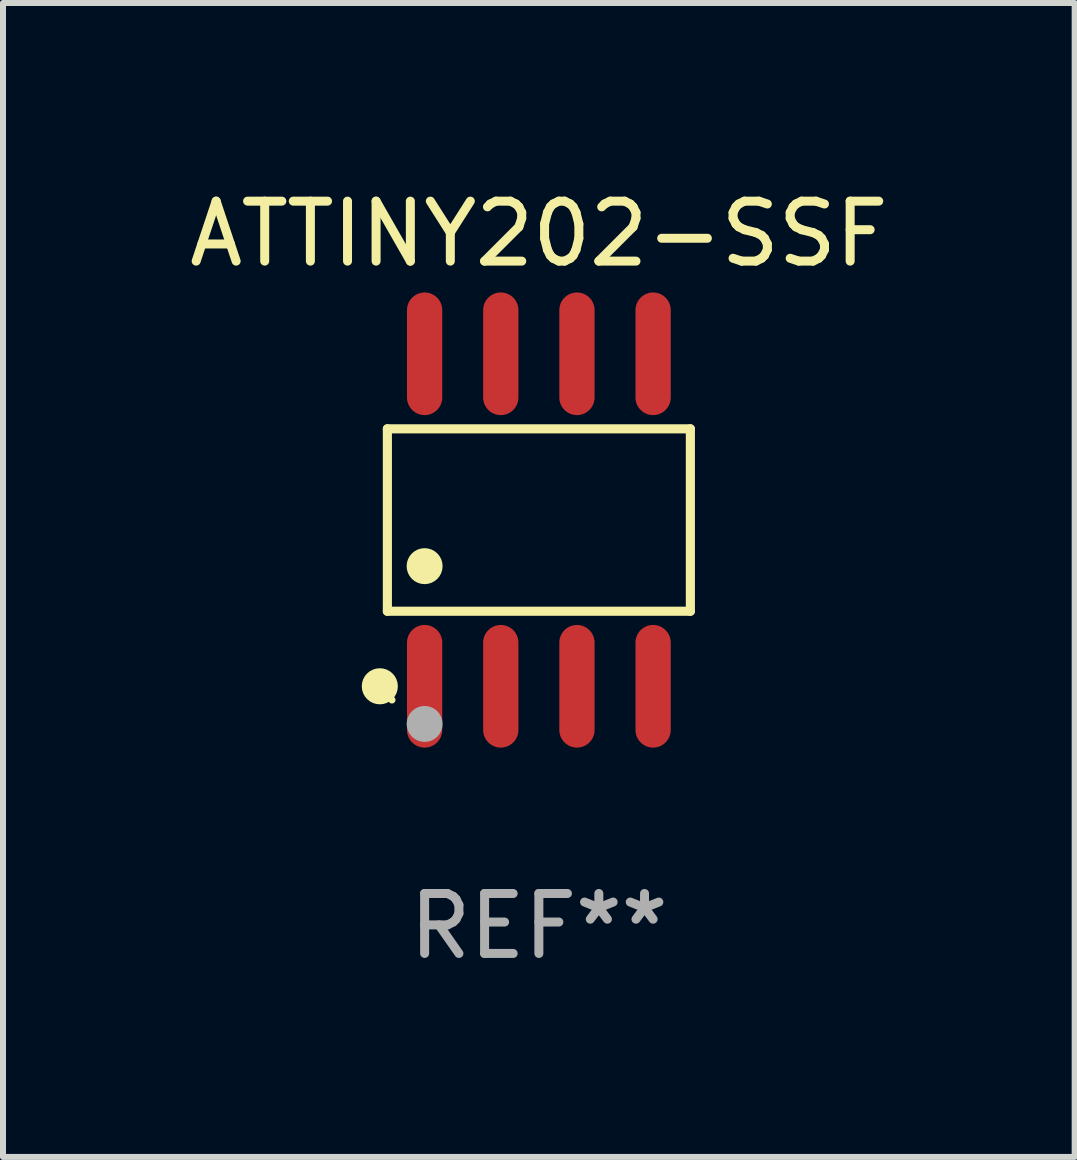
<source format=kicad_pcb>
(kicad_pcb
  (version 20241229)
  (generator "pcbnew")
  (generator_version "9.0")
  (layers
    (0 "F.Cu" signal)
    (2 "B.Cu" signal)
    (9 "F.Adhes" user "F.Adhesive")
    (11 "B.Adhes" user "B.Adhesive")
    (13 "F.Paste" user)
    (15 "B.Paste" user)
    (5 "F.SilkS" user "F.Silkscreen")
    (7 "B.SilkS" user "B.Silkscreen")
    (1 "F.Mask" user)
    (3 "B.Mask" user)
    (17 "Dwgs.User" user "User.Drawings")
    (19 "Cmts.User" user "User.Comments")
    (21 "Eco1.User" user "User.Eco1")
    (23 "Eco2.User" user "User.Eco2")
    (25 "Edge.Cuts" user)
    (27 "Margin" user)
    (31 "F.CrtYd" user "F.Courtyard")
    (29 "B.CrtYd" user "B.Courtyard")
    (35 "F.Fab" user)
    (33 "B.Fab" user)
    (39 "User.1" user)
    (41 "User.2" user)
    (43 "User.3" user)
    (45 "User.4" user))
  (footprint "ATTINY202-SSF"
    (layer "F.Cu")
    (at 5.935 5.621)
    (property "Reference" "ATTINY202-SSF" (at 0 -4.772 0) (layer "F.SilkS") (effects (font (size 1 1) (thickness 0.15))))
    (attr through_hole)
    (fp_line (start -2.526 -1.521) (end 2.526 -1.521) (stroke (width 0.152) (type solid)) (layer "F.SilkS"))
    (fp_line (start -2.526 1.521) (end -2.526 -1.521) (stroke (width 0.152) (type solid)) (layer "F.SilkS"))
    (fp_line (start 2.526 -1.521) (end 2.526 1.521) (stroke (width 0.152) (type solid)) (layer "F.SilkS"))
    (fp_line (start 2.526 1.521) (end -2.526 1.521) (stroke (width 0.152) (type solid)) (layer "F.SilkS"))
    (fp_circle (center -2.652 2.772) (end -2.501 2.772) (stroke (width 0.3) (type solid)) (fill no) (layer "F.SilkS"))
    (fp_circle (center -2.45 3) (end -2.42 3) (stroke (width 0.06) (type solid)) (fill no) (layer "F.SilkS"))
    (fp_circle (center -1.905 0.769) (end -1.755 0.769) (stroke (width 0.3) (type solid)) (fill no) (layer "F.SilkS"))
    (fp_circle (center -1.905 3.4) (end -1.755 3.4) (stroke (width 0.3) (type solid)) (fill no) (layer "F.Fab"))
    (fp_text user "REF**" (at 0 6.772 0) (layer "F.Fab") (effects (font (size 1 1) (thickness 0.15))))
    (pad "1" smd oval (at -1.905 2.772) (size 0.588 2.045) (layers "F.Cu" "F.Mask" "F.Paste"))
    (pad "2" smd oval (at -0.635 2.772) (size 0.588 2.045) (layers "F.Cu" "F.Mask" "F.Paste"))
    (pad "3" smd oval (at 0.635 2.772) (size 0.588 2.045) (layers "F.Cu" "F.Mask" "F.Paste"))
    (pad "4" smd oval (at 1.905 2.772) (size 0.588 2.045) (layers "F.Cu" "F.Mask" "F.Paste"))
    (pad "5" smd oval (at 1.905 -2.772) (size 0.588 2.045) (layers "F.Cu" "F.Mask" "F.Paste"))
    (pad "6" smd oval (at 0.635 -2.772) (size 0.588 2.045) (layers "F.Cu" "F.Mask" "F.Paste"))
    (pad "7" smd oval (at -0.635 -2.772) (size 0.588 2.045) (layers "F.Cu" "F.Mask" "F.Paste"))
    (pad "8" smd oval (at -1.905 -2.772) (size 0.588 2.045) (layers "F.Cu" "F.Mask" "F.Paste")))
  (gr_rect
    (start -3 -3)
    (end 14.869 16.241)
    (stroke (width 0.1) (type default))
    (fill no)
    (layer "Edge.Cuts")))
</source>
